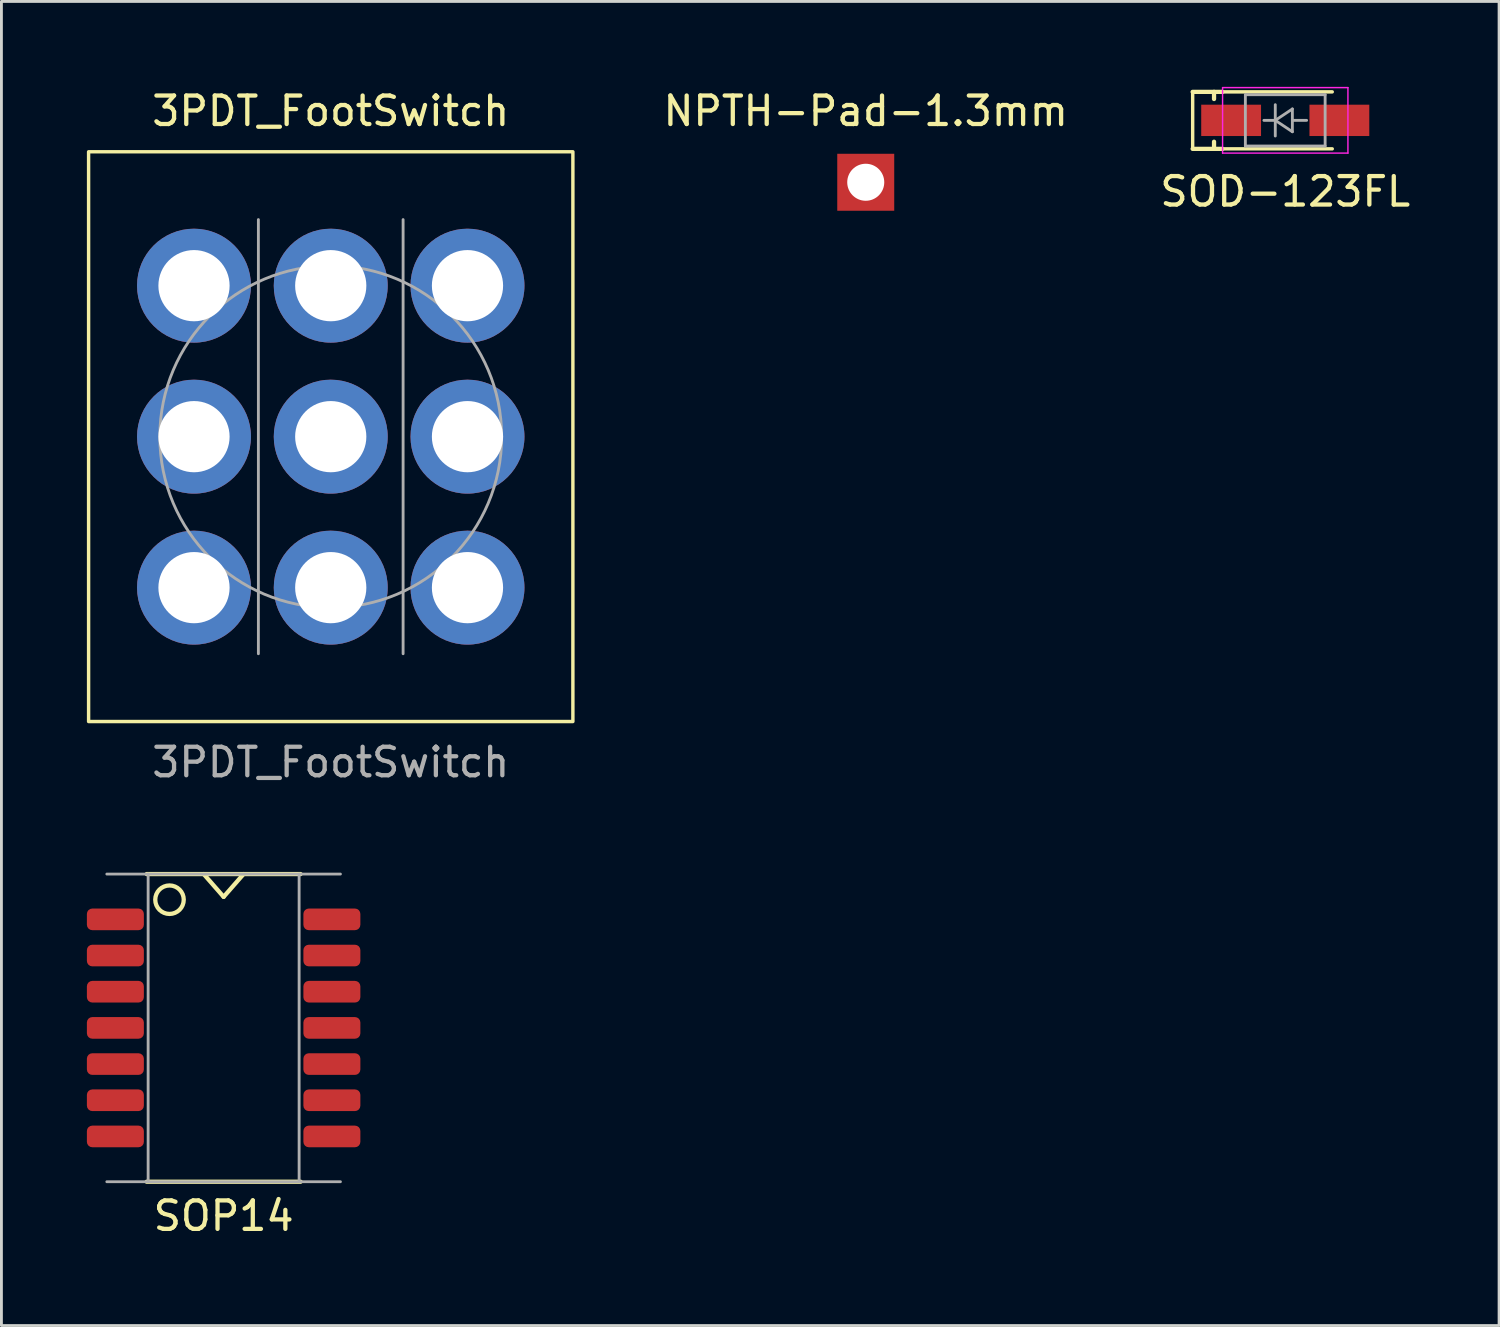
<source format=kicad_pcb>
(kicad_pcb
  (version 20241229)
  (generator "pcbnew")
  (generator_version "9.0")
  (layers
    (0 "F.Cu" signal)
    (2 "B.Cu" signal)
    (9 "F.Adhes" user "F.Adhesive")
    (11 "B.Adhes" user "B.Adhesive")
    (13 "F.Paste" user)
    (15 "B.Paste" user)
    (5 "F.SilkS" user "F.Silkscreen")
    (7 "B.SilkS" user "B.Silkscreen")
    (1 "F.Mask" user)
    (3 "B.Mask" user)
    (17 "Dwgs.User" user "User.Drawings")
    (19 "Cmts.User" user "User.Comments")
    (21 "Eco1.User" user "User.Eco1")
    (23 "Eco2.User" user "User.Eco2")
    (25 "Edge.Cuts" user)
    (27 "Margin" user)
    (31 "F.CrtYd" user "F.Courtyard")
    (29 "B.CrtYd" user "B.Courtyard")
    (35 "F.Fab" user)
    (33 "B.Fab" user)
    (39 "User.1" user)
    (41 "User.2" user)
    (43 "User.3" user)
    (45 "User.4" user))
  (footprint "NPTH-Pad-1.3mm"
    (layer "F.Cu")
    (at 27.34 3.348)
    (property "Reference" "NPTH-Pad-1.3mm" (at 0 -2.5 0) (unlocked yes) (layer "F.SilkS") (effects (font (size 1 1) (thickness 0.15))))
    (attr smd)
    (pad "" np_thru_hole rect (at 0 0) (size 2 2) (drill 1.3) (layers "F.Cu" "F.Mask")))
  (footprint "3PDT_FootSwitch"
    (layer "F.Cu")
    (at 8.56 12.278)
    (property "Reference" "3PDT_FootSwitch" (at 0 -11.43 0) (unlocked yes) (layer "F.SilkS") (effects (font (size 1 1) (thickness 0.15))))
    (attr through_hole)
    (fp_rect (start 8.5 -10) (end -8.5 10) (stroke (width 0.12) (type solid)) (fill no) (layer "F.SilkS"))
    (fp_line (start -2.54 -7.62) (end -2.54 7.62) (stroke (width 0.1) (type solid)) (layer "F.Fab"))
    (fp_line (start 2.54 -7.62) (end 2.54 7.62) (stroke (width 0.1) (type solid)) (layer "F.Fab"))
    (fp_circle (center 0 0) (end 6 0) (stroke (width 0.1) (type solid)) (fill no) (layer "F.Fab"))
    (fp_text user "${REFERENCE}" (at 0 11.43 0) (unlocked yes) (layer "F.Fab") (effects (font (size 1 1) (thickness 0.15))))
    (pad "1" thru_hole circle (at -4.8 -5.3) (size 4 4) (drill 2.5) (layers "*.Cu" "*.Mask"))
    (pad "2" thru_hole circle (at 0 -5.3) (size 4 4) (drill 2.5) (layers "*.Cu" "*.Mask"))
    (pad "3" thru_hole circle (at 4.8 -5.3) (size 4 4) (drill 2.5) (layers "*.Cu" "*.Mask"))
    (pad "4" thru_hole circle (at -4.8 0) (size 4 4) (drill 2.5) (layers "*.Cu" "*.Mask"))
    (pad "5" thru_hole circle (at 0 0) (size 4 4) (drill 2.5) (layers "*.Cu" "*.Mask"))
    (pad "6" thru_hole circle (at 4.8 0) (size 4 4) (drill 2.5) (layers "*.Cu" "*.Mask"))
    (pad "7" thru_hole circle (at -4.8 5.3) (size 4 4) (drill 2.5) (layers "*.Cu" "*.Mask"))
    (pad "8" thru_hole circle (at 0 5.3) (size 4 4) (drill 2.5) (layers "*.Cu" "*.Mask"))
    (pad "9" thru_hole circle (at 4.8 5.3) (size 4 4) (drill 2.5) (layers "*.Cu" "*.Mask")))
  (footprint "SOD-123FL"
    (layer "F.Cu")
    (at 42.066 1.175)
    (property "Reference" "SOD-123FL" (at 0 2.5 0) (layer "F.SilkS") (effects (font (size 1 1) (thickness 0.15))))
    (attr through_hole)
    (fp_line (start -3.25 -1) (end -3.25 1) (stroke (width 0.12) (type solid)) (layer "F.SilkS"))
    (fp_line (start -3.25 -1) (end -2.2 -1) (stroke (width 0.15) (type solid)) (layer "F.SilkS"))
    (fp_line (start -3.25 1) (end -2.2 1) (stroke (width 0.15) (type solid)) (layer "F.SilkS"))
    (fp_line (start -2.5 -1) (end -2.5 -0.75) (stroke (width 0.15) (type solid)) (layer "F.SilkS"))
    (fp_line (start -2.5 1) (end -2.5 0.75) (stroke (width 0.15) (type solid)) (layer "F.SilkS"))
    (fp_line (start -2.2 -1) (end 1.65 -1) (stroke (width 0.12) (type solid)) (layer "F.SilkS"))
    (fp_line (start -2.2 1) (end 1.65 1) (stroke (width 0.12) (type solid)) (layer "F.SilkS"))
    (fp_line (start -2.2 -1.15) (end -2.2 1.15) (stroke (width 0.05) (type solid)) (layer "F.CrtYd"))
    (fp_line (start -2.2 -1.15) (end 2.2 -1.15) (stroke (width 0.05) (type solid)) (layer "F.CrtYd"))
    (fp_line (start 2.2 -1.15) (end 2.2 1.15) (stroke (width 0.05) (type solid)) (layer "F.CrtYd"))
    (fp_line (start 2.2 1.15) (end -2.2 1.15) (stroke (width 0.05) (type solid)) (layer "F.CrtYd"))
    (fp_line (start -1.4 -0.9) (end 1.4 -0.9) (stroke (width 0.1) (type solid)) (layer "F.Fab"))
    (fp_line (start -1.4 0.9) (end -1.4 -0.9) (stroke (width 0.1) (type solid)) (layer "F.Fab"))
    (fp_line (start -0.75 0) (end -0.35 0) (stroke (width 0.1) (type solid)) (layer "F.Fab"))
    (fp_line (start -0.35 0) (end -0.35 -0.55) (stroke (width 0.1) (type solid)) (layer "F.Fab"))
    (fp_line (start -0.35 0) (end -0.35 0.55) (stroke (width 0.1) (type solid)) (layer "F.Fab"))
    (fp_line (start -0.35 0) (end 0.25 -0.4) (stroke (width 0.1) (type solid)) (layer "F.Fab"))
    (fp_line (start 0.25 -0.4) (end 0.25 0.4) (stroke (width 0.1) (type solid)) (layer "F.Fab"))
    (fp_line (start 0.25 0) (end 0.75 0) (stroke (width 0.1) (type solid)) (layer "F.Fab"))
    (fp_line (start 0.25 0.4) (end -0.35 0) (stroke (width 0.1) (type solid)) (layer "F.Fab"))
    (fp_line (start 1.4 -0.9) (end 1.4 0.9) (stroke (width 0.1) (type solid)) (layer "F.Fab"))
    (fp_line (start 1.4 0.9) (end -1.4 0.9) (stroke (width 0.1) (type solid)) (layer "F.Fab"))
    (pad "1" smd rect (at -1.9 0) (size 2.1 1.1) (layers "F.Cu" "F.Mask" "F.Paste"))
    (pad "2" smd rect (at 1.9 0) (size 2.1 1.1) (layers "F.Cu" "F.Mask" "F.Paste")))
  (footprint "SOP14"
    (layer "F.Cu")
    (at 4.8 33.032)
    (property "Reference" "SOP14" (at 0 6.6 0) (layer "F.SilkS") (effects (font (size 1 1) (thickness 0.15))))
    (attr through_hole)
    (fp_line (start -2.7 5.4) (end 2.7 5.4) (stroke (width 0.15) (type solid)) (layer "F.SilkS"))
    (fp_line (start 0 -4.6) (end -0.7 -5.4) (stroke (width 0.15) (type solid)) (layer "F.SilkS"))
    (fp_line (start 0 -4.6) (end 0.7 -5.4) (stroke (width 0.15) (type solid)) (layer "F.SilkS"))
    (fp_line (start 2.7 -5.4) (end -2.7 -5.4) (stroke (width 0.15) (type solid)) (layer "F.SilkS"))
    (fp_circle (center -1.9 -4.5) (end -2.3 -4.8) (stroke (width 0.15) (type solid)) (fill no) (layer "F.SilkS"))
    (fp_line (start -4.1 -5.4) (end 4.1 -5.4) (stroke (width 0.1) (type solid)) (layer "F.Fab"))
    (fp_line (start -2.65 5.4) (end -2.65 -5.4) (stroke (width 0.1) (type solid)) (layer "F.Fab"))
    (fp_line (start 2.65 -5.4) (end 2.65 5.4) (stroke (width 0.1) (type solid)) (layer "F.Fab"))
    (fp_line (start 4.1 5.4) (end -4.1 5.4) (stroke (width 0.1) (type solid)) (layer "F.Fab"))
    (pad "1" smd roundrect (at -3.8 -3.81) (size 2 0.76) (layers "F.Cu" "F.Mask" "F.Paste") (roundrect_rratio 0.25))
    (pad "2" smd roundrect (at -3.8 -2.54) (size 2 0.76) (layers "F.Cu" "F.Mask" "F.Paste") (roundrect_rratio 0.25))
    (pad "3" smd roundrect (at -3.8 -1.27) (size 2 0.76) (layers "F.Cu" "F.Mask" "F.Paste") (roundrect_rratio 0.25))
    (pad "4" smd roundrect (at -3.8 0) (size 2 0.76) (layers "F.Cu" "F.Mask" "F.Paste") (roundrect_rratio 0.25))
    (pad "5" smd roundrect (at -3.8 1.27) (size 2 0.76) (layers "F.Cu" "F.Mask" "F.Paste") (roundrect_rratio 0.25))
    (pad "6" smd roundrect (at -3.8 2.54) (size 2 0.76) (layers "F.Cu" "F.Mask" "F.Paste") (roundrect_rratio 0.25))
    (pad "7" smd roundrect (at -3.8 3.81) (size 2 0.76) (layers "F.Cu" "F.Mask" "F.Paste") (roundrect_rratio 0.25))
    (pad "8" smd roundrect (at 3.8 3.81) (size 2 0.76) (layers "F.Cu" "F.Mask" "F.Paste") (roundrect_rratio 0.25))
    (pad "9" smd roundrect (at 3.8 2.54) (size 2 0.76) (layers "F.Cu" "F.Mask" "F.Paste") (roundrect_rratio 0.25))
    (pad "10" smd roundrect (at 3.8 1.27) (size 2 0.76) (layers "F.Cu" "F.Mask" "F.Paste") (roundrect_rratio 0.25))
    (pad "11" smd roundrect (at 3.8 0) (size 2 0.76) (layers "F.Cu" "F.Mask" "F.Paste") (roundrect_rratio 0.25))
    (pad "12" smd roundrect (at 3.8 -1.27) (size 2 0.76) (layers "F.Cu" "F.Mask" "F.Paste") (roundrect_rratio 0.25))
    (pad "13" smd roundrect (at 3.8 -2.54) (size 2 0.76) (layers "F.Cu" "F.Mask" "F.Paste") (roundrect_rratio 0.25))
    (pad "14" smd roundrect (at 3.8 -3.81) (size 2 0.76) (layers "F.Cu" "F.Mask" "F.Paste") (roundrect_rratio 0.25)))
  (gr_rect
    (start -3 -3)
    (end 49.572 43.48)
    (stroke (width 0.1) (type default))
    (fill no)
    (layer "Edge.Cuts")))
</source>
